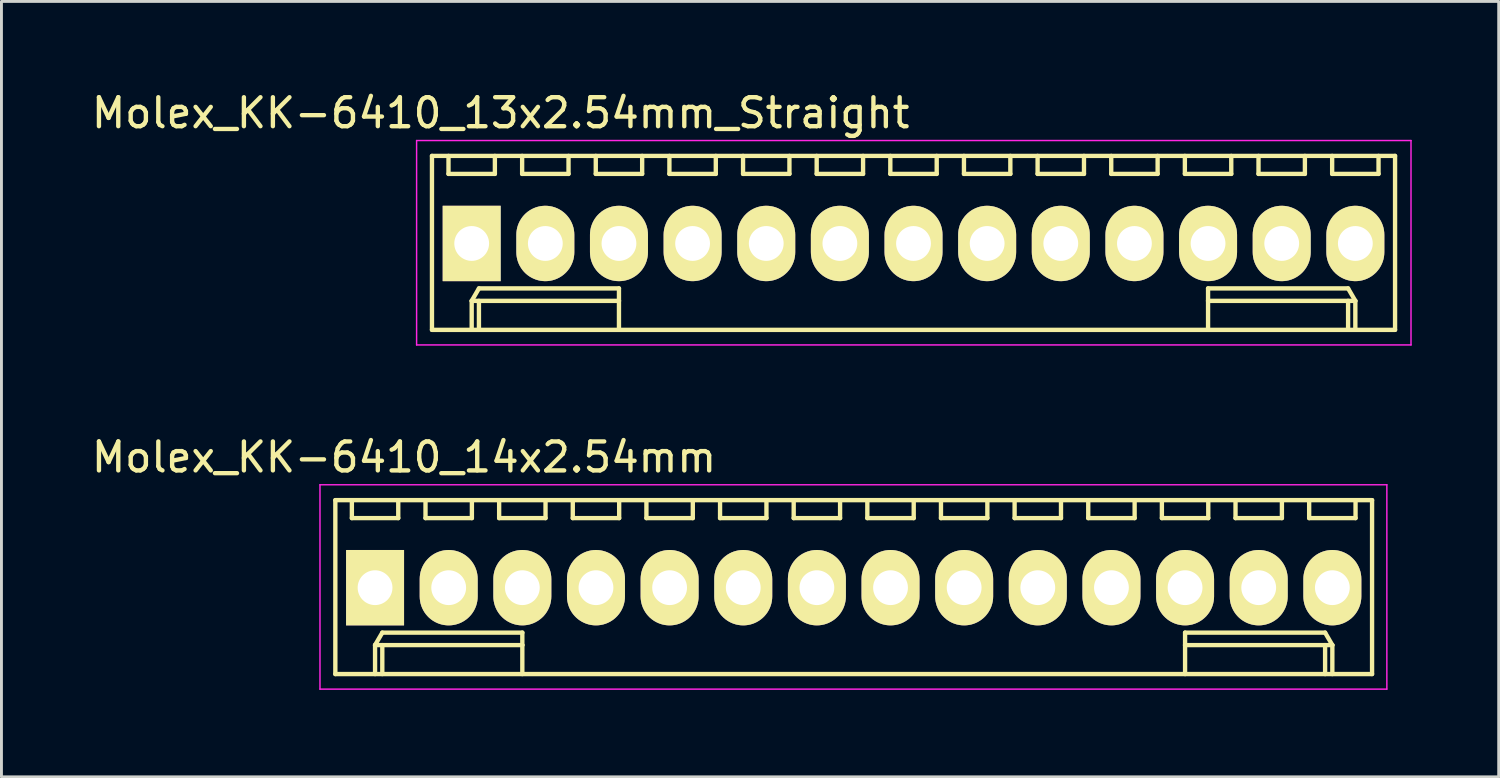
<source format=kicad_pcb>
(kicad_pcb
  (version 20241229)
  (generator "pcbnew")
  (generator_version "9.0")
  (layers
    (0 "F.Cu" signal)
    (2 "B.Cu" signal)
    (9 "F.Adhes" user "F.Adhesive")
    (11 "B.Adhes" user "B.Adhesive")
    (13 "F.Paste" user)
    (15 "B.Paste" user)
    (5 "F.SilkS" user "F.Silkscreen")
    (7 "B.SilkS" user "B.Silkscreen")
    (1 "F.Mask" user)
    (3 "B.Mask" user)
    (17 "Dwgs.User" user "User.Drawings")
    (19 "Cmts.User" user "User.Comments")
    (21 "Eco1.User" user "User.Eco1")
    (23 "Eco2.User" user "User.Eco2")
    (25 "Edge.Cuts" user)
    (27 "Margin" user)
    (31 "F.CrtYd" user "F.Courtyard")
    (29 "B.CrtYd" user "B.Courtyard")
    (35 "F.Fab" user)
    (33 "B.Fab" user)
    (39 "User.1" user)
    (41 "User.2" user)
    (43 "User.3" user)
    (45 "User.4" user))
  (footprint "Molex_KK-6410_14x2.54mm"
    (layer "F.Cu")
    (at 9.887 17.221)
    (property "Reference" "Molex_KK-6410_14x2.54mm" (at 1 -4.5 0) (layer "F.SilkS") (effects (font (size 1 1) (thickness 0.15))))
    (attr through_hole)
    (fp_line (start -1.37 -3.02) (end -1.37 2.98) (stroke (width 0.15) (type solid)) (layer "F.SilkS"))
    (fp_line (start -1.37 2.98) (end 34.39 2.98) (stroke (width 0.15) (type solid)) (layer "F.SilkS"))
    (fp_line (start -0.8 -3.02) (end -0.8 -2.4) (stroke (width 0.15) (type solid)) (layer "F.SilkS"))
    (fp_line (start -0.8 -2.4) (end 0.8 -2.4) (stroke (width 0.15) (type solid)) (layer "F.SilkS"))
    (fp_line (start 0 1.98) (end 0.25 1.55) (stroke (width 0.15) (type solid)) (layer "F.SilkS"))
    (fp_line (start 0 1.98) (end 5.08 1.98) (stroke (width 0.15) (type solid)) (layer "F.SilkS"))
    (fp_line (start 0 2.98) (end 0 1.98) (stroke (width 0.15) (type solid)) (layer "F.SilkS"))
    (fp_line (start 0.25 1.55) (end 5.08 1.55) (stroke (width 0.15) (type solid)) (layer "F.SilkS"))
    (fp_line (start 0.25 2.98) (end 0.25 1.98) (stroke (width 0.15) (type solid)) (layer "F.SilkS"))
    (fp_line (start 0.8 -2.4) (end 0.8 -3.02) (stroke (width 0.15) (type solid)) (layer "F.SilkS"))
    (fp_line (start 1.74 -3.02) (end 1.74 -2.4) (stroke (width 0.15) (type solid)) (layer "F.SilkS"))
    (fp_line (start 1.74 -2.4) (end 3.34 -2.4) (stroke (width 0.15) (type solid)) (layer "F.SilkS"))
    (fp_line (start 3.34 -2.4) (end 3.34 -3.02) (stroke (width 0.15) (type solid)) (layer "F.SilkS"))
    (fp_line (start 4.28 -3.02) (end 4.28 -2.4) (stroke (width 0.15) (type solid)) (layer "F.SilkS"))
    (fp_line (start 4.28 -2.4) (end 5.88 -2.4) (stroke (width 0.15) (type solid)) (layer "F.SilkS"))
    (fp_line (start 5.08 1.55) (end 5.08 1.98) (stroke (width 0.15) (type solid)) (layer "F.SilkS"))
    (fp_line (start 5.08 1.98) (end 5.08 2.98) (stroke (width 0.15) (type solid)) (layer "F.SilkS"))
    (fp_line (start 5.88 -2.4) (end 5.88 -3.02) (stroke (width 0.15) (type solid)) (layer "F.SilkS"))
    (fp_line (start 6.82 -3.02) (end 6.82 -2.4) (stroke (width 0.15) (type solid)) (layer "F.SilkS"))
    (fp_line (start 6.82 -2.4) (end 8.42 -2.4) (stroke (width 0.15) (type solid)) (layer "F.SilkS"))
    (fp_line (start 8.42 -2.4) (end 8.42 -3.02) (stroke (width 0.15) (type solid)) (layer "F.SilkS"))
    (fp_line (start 9.36 -3.02) (end 9.36 -2.4) (stroke (width 0.15) (type solid)) (layer "F.SilkS"))
    (fp_line (start 9.36 -2.4) (end 10.96 -2.4) (stroke (width 0.15) (type solid)) (layer "F.SilkS"))
    (fp_line (start 10.96 -2.4) (end 10.96 -3.02) (stroke (width 0.15) (type solid)) (layer "F.SilkS"))
    (fp_line (start 11.9 -3.02) (end 11.9 -2.4) (stroke (width 0.15) (type solid)) (layer "F.SilkS"))
    (fp_line (start 11.9 -2.4) (end 13.5 -2.4) (stroke (width 0.15) (type solid)) (layer "F.SilkS"))
    (fp_line (start 13.5 -2.4) (end 13.5 -3.02) (stroke (width 0.15) (type solid)) (layer "F.SilkS"))
    (fp_line (start 14.44 -3.02) (end 14.44 -2.4) (stroke (width 0.15) (type solid)) (layer "F.SilkS"))
    (fp_line (start 14.44 -2.4) (end 16.04 -2.4) (stroke (width 0.15) (type solid)) (layer "F.SilkS"))
    (fp_line (start 16.04 -2.4) (end 16.04 -3.02) (stroke (width 0.15) (type solid)) (layer "F.SilkS"))
    (fp_line (start 16.98 -3.02) (end 16.98 -2.4) (stroke (width 0.15) (type solid)) (layer "F.SilkS"))
    (fp_line (start 16.98 -2.4) (end 18.58 -2.4) (stroke (width 0.15) (type solid)) (layer "F.SilkS"))
    (fp_line (start 18.58 -2.4) (end 18.58 -3.02) (stroke (width 0.15) (type solid)) (layer "F.SilkS"))
    (fp_line (start 19.52 -3.02) (end 19.52 -2.4) (stroke (width 0.15) (type solid)) (layer "F.SilkS"))
    (fp_line (start 19.52 -2.4) (end 21.12 -2.4) (stroke (width 0.15) (type solid)) (layer "F.SilkS"))
    (fp_line (start 21.12 -2.4) (end 21.12 -3.02) (stroke (width 0.15) (type solid)) (layer "F.SilkS"))
    (fp_line (start 22.06 -3.02) (end 22.06 -2.4) (stroke (width 0.15) (type solid)) (layer "F.SilkS"))
    (fp_line (start 22.06 -2.4) (end 23.66 -2.4) (stroke (width 0.15) (type solid)) (layer "F.SilkS"))
    (fp_line (start 23.66 -2.4) (end 23.66 -3.02) (stroke (width 0.15) (type solid)) (layer "F.SilkS"))
    (fp_line (start 24.6 -3.02) (end 24.6 -2.4) (stroke (width 0.15) (type solid)) (layer "F.SilkS"))
    (fp_line (start 24.6 -2.4) (end 26.2 -2.4) (stroke (width 0.15) (type solid)) (layer "F.SilkS"))
    (fp_line (start 26.2 -2.4) (end 26.2 -3.02) (stroke (width 0.15) (type solid)) (layer "F.SilkS"))
    (fp_line (start 27.14 -3.02) (end 27.14 -2.4) (stroke (width 0.15) (type solid)) (layer "F.SilkS"))
    (fp_line (start 27.14 -2.4) (end 28.74 -2.4) (stroke (width 0.15) (type solid)) (layer "F.SilkS"))
    (fp_line (start 27.94 1.55) (end 27.94 1.98) (stroke (width 0.15) (type solid)) (layer "F.SilkS"))
    (fp_line (start 27.94 1.98) (end 27.94 2.98) (stroke (width 0.15) (type solid)) (layer "F.SilkS"))
    (fp_line (start 28.74 -2.4) (end 28.74 -3.02) (stroke (width 0.15) (type solid)) (layer "F.SilkS"))
    (fp_line (start 29.68 -3.02) (end 29.68 -2.4) (stroke (width 0.15) (type solid)) (layer "F.SilkS"))
    (fp_line (start 29.68 -2.4) (end 31.28 -2.4) (stroke (width 0.15) (type solid)) (layer "F.SilkS"))
    (fp_line (start 31.28 -2.4) (end 31.28 -3.02) (stroke (width 0.15) (type solid)) (layer "F.SilkS"))
    (fp_line (start 32.22 -3.02) (end 32.22 -2.4) (stroke (width 0.15) (type solid)) (layer "F.SilkS"))
    (fp_line (start 32.22 -2.4) (end 33.82 -2.4) (stroke (width 0.15) (type solid)) (layer "F.SilkS"))
    (fp_line (start 32.77 1.55) (end 27.94 1.55) (stroke (width 0.15) (type solid)) (layer "F.SilkS"))
    (fp_line (start 32.77 2.98) (end 32.77 1.98) (stroke (width 0.15) (type solid)) (layer "F.SilkS"))
    (fp_line (start 33.02 1.98) (end 27.94 1.98) (stroke (width 0.15) (type solid)) (layer "F.SilkS"))
    (fp_line (start 33.02 1.98) (end 32.77 1.55) (stroke (width 0.15) (type solid)) (layer "F.SilkS"))
    (fp_line (start 33.02 2.98) (end 33.02 1.98) (stroke (width 0.15) (type solid)) (layer "F.SilkS"))
    (fp_line (start 33.82 -2.4) (end 33.82 -3.02) (stroke (width 0.15) (type solid)) (layer "F.SilkS"))
    (fp_line (start 34.39 -3.02) (end -1.37 -3.02) (stroke (width 0.15) (type solid)) (layer "F.SilkS"))
    (fp_line (start 34.39 2.98) (end 34.39 -3.02) (stroke (width 0.15) (type solid)) (layer "F.SilkS"))
    (fp_line (start -1.9 -3.55) (end 34.9 -3.55) (stroke (width 0.05) (type solid)) (layer "F.CrtYd"))
    (fp_line (start -1.9 3.5) (end -1.9 -3.55) (stroke (width 0.05) (type solid)) (layer "F.CrtYd"))
    (fp_line (start 34.9 -3.55) (end 34.9 3.5) (stroke (width 0.05) (type solid)) (layer "F.CrtYd"))
    (fp_line (start 34.9 3.5) (end -1.9 3.5) (stroke (width 0.05) (type solid)) (layer "F.CrtYd"))
    (pad "1" thru_hole rect (at 0 0) (size 2 2.6) (drill 1.2) (layers "*.Cu" "*.Mask" "F.SilkS"))
    (pad "2" thru_hole oval (at 2.54 0) (size 2 2.6) (drill 1.2) (layers "*.Cu" "*.Mask" "F.SilkS"))
    (pad "3" thru_hole oval (at 5.08 0) (size 2 2.6) (drill 1.2) (layers "*.Cu" "*.Mask" "F.SilkS"))
    (pad "4" thru_hole oval (at 7.62 0) (size 2 2.6) (drill 1.2) (layers "*.Cu" "*.Mask" "F.SilkS"))
    (pad "5" thru_hole oval (at 10.16 0) (size 2 2.6) (drill 1.2) (layers "*.Cu" "*.Mask" "F.SilkS"))
    (pad "6" thru_hole oval (at 12.7 0) (size 2 2.6) (drill 1.2) (layers "*.Cu" "*.Mask" "F.SilkS"))
    (pad "7" thru_hole oval (at 15.24 0) (size 2 2.6) (drill 1.2) (layers "*.Cu" "*.Mask" "F.SilkS"))
    (pad "8" thru_hole oval (at 17.78 0) (size 2 2.6) (drill 1.2) (layers "*.Cu" "*.Mask" "F.SilkS"))
    (pad "9" thru_hole oval (at 20.32 0) (size 2 2.6) (drill 1.2) (layers "*.Cu" "*.Mask" "F.SilkS"))
    (pad "10" thru_hole oval (at 22.86 0) (size 2 2.6) (drill 1.2) (layers "*.Cu" "*.Mask" "F.SilkS"))
    (pad "11" thru_hole oval (at 25.4 0) (size 2 2.6) (drill 1.2) (layers "*.Cu" "*.Mask" "F.SilkS"))
    (pad "12" thru_hole oval (at 27.94 0) (size 2 2.6) (drill 1.2) (layers "*.Cu" "*.Mask" "F.SilkS"))
    (pad "13" thru_hole oval (at 30.48 0) (size 2 2.6) (drill 1.2) (layers "*.Cu" "*.Mask" "F.SilkS"))
    (pad "14" thru_hole oval (at 33.02 0) (size 2 2.6) (drill 1.2) (layers "*.Cu" "*.Mask" "F.SilkS")))
  (footprint "Molex_KK-6410_13x2.54mm_Straight"
    (layer "F.Cu")
    (at 13.22 5.348)
    (property "Reference" "Molex_KK-6410_13x2.54mm_Straight" (at 1 -4.5 0) (layer "F.SilkS") (effects (font (size 1 1) (thickness 0.15))))
    (attr through_hole)
    (fp_line (start -1.37 -3.02) (end -1.37 2.98) (stroke (width 0.15) (type solid)) (layer "F.SilkS"))
    (fp_line (start -1.37 2.98) (end 31.85 2.98) (stroke (width 0.15) (type solid)) (layer "F.SilkS"))
    (fp_line (start -0.8 -3.02) (end -0.8 -2.4) (stroke (width 0.15) (type solid)) (layer "F.SilkS"))
    (fp_line (start -0.8 -2.4) (end 0.8 -2.4) (stroke (width 0.15) (type solid)) (layer "F.SilkS"))
    (fp_line (start 0 1.98) (end 0.25 1.55) (stroke (width 0.15) (type solid)) (layer "F.SilkS"))
    (fp_line (start 0 1.98) (end 5.08 1.98) (stroke (width 0.15) (type solid)) (layer "F.SilkS"))
    (fp_line (start 0 2.98) (end 0 1.98) (stroke (width 0.15) (type solid)) (layer "F.SilkS"))
    (fp_line (start 0.25 1.55) (end 5.08 1.55) (stroke (width 0.15) (type solid)) (layer "F.SilkS"))
    (fp_line (start 0.25 2.98) (end 0.25 1.98) (stroke (width 0.15) (type solid)) (layer "F.SilkS"))
    (fp_line (start 0.8 -2.4) (end 0.8 -3.02) (stroke (width 0.15) (type solid)) (layer "F.SilkS"))
    (fp_line (start 1.74 -3.02) (end 1.74 -2.4) (stroke (width 0.15) (type solid)) (layer "F.SilkS"))
    (fp_line (start 1.74 -2.4) (end 3.34 -2.4) (stroke (width 0.15) (type solid)) (layer "F.SilkS"))
    (fp_line (start 3.34 -2.4) (end 3.34 -3.02) (stroke (width 0.15) (type solid)) (layer "F.SilkS"))
    (fp_line (start 4.28 -3.02) (end 4.28 -2.4) (stroke (width 0.15) (type solid)) (layer "F.SilkS"))
    (fp_line (start 4.28 -2.4) (end 5.88 -2.4) (stroke (width 0.15) (type solid)) (layer "F.SilkS"))
    (fp_line (start 5.08 1.55) (end 5.08 1.98) (stroke (width 0.15) (type solid)) (layer "F.SilkS"))
    (fp_line (start 5.08 1.98) (end 5.08 2.98) (stroke (width 0.15) (type solid)) (layer "F.SilkS"))
    (fp_line (start 5.88 -2.4) (end 5.88 -3.02) (stroke (width 0.15) (type solid)) (layer "F.SilkS"))
    (fp_line (start 6.82 -3.02) (end 6.82 -2.4) (stroke (width 0.15) (type solid)) (layer "F.SilkS"))
    (fp_line (start 6.82 -2.4) (end 8.42 -2.4) (stroke (width 0.15) (type solid)) (layer "F.SilkS"))
    (fp_line (start 8.42 -2.4) (end 8.42 -3.02) (stroke (width 0.15) (type solid)) (layer "F.SilkS"))
    (fp_line (start 9.36 -3.02) (end 9.36 -2.4) (stroke (width 0.15) (type solid)) (layer "F.SilkS"))
    (fp_line (start 9.36 -2.4) (end 10.96 -2.4) (stroke (width 0.15) (type solid)) (layer "F.SilkS"))
    (fp_line (start 10.96 -2.4) (end 10.96 -3.02) (stroke (width 0.15) (type solid)) (layer "F.SilkS"))
    (fp_line (start 11.9 -3.02) (end 11.9 -2.4) (stroke (width 0.15) (type solid)) (layer "F.SilkS"))
    (fp_line (start 11.9 -2.4) (end 13.5 -2.4) (stroke (width 0.15) (type solid)) (layer "F.SilkS"))
    (fp_line (start 13.5 -2.4) (end 13.5 -3.02) (stroke (width 0.15) (type solid)) (layer "F.SilkS"))
    (fp_line (start 14.44 -3.02) (end 14.44 -2.4) (stroke (width 0.15) (type solid)) (layer "F.SilkS"))
    (fp_line (start 14.44 -2.4) (end 16.04 -2.4) (stroke (width 0.15) (type solid)) (layer "F.SilkS"))
    (fp_line (start 16.04 -2.4) (end 16.04 -3.02) (stroke (width 0.15) (type solid)) (layer "F.SilkS"))
    (fp_line (start 16.98 -3.02) (end 16.98 -2.4) (stroke (width 0.15) (type solid)) (layer "F.SilkS"))
    (fp_line (start 16.98 -2.4) (end 18.58 -2.4) (stroke (width 0.15) (type solid)) (layer "F.SilkS"))
    (fp_line (start 18.58 -2.4) (end 18.58 -3.02) (stroke (width 0.15) (type solid)) (layer "F.SilkS"))
    (fp_line (start 19.52 -3.02) (end 19.52 -2.4) (stroke (width 0.15) (type solid)) (layer "F.SilkS"))
    (fp_line (start 19.52 -2.4) (end 21.12 -2.4) (stroke (width 0.15) (type solid)) (layer "F.SilkS"))
    (fp_line (start 21.12 -2.4) (end 21.12 -3.02) (stroke (width 0.15) (type solid)) (layer "F.SilkS"))
    (fp_line (start 22.06 -3.02) (end 22.06 -2.4) (stroke (width 0.15) (type solid)) (layer "F.SilkS"))
    (fp_line (start 22.06 -2.4) (end 23.66 -2.4) (stroke (width 0.15) (type solid)) (layer "F.SilkS"))
    (fp_line (start 23.66 -2.4) (end 23.66 -3.02) (stroke (width 0.15) (type solid)) (layer "F.SilkS"))
    (fp_line (start 24.6 -3.02) (end 24.6 -2.4) (stroke (width 0.15) (type solid)) (layer "F.SilkS"))
    (fp_line (start 24.6 -2.4) (end 26.2 -2.4) (stroke (width 0.15) (type solid)) (layer "F.SilkS"))
    (fp_line (start 25.4 1.55) (end 25.4 1.98) (stroke (width 0.15) (type solid)) (layer "F.SilkS"))
    (fp_line (start 25.4 1.98) (end 25.4 2.98) (stroke (width 0.15) (type solid)) (layer "F.SilkS"))
    (fp_line (start 26.2 -2.4) (end 26.2 -3.02) (stroke (width 0.15) (type solid)) (layer "F.SilkS"))
    (fp_line (start 27.14 -3.02) (end 27.14 -2.4) (stroke (width 0.15) (type solid)) (layer "F.SilkS"))
    (fp_line (start 27.14 -2.4) (end 28.74 -2.4) (stroke (width 0.15) (type solid)) (layer "F.SilkS"))
    (fp_line (start 28.74 -2.4) (end 28.74 -3.02) (stroke (width 0.15) (type solid)) (layer "F.SilkS"))
    (fp_line (start 29.68 -3.02) (end 29.68 -2.4) (stroke (width 0.15) (type solid)) (layer "F.SilkS"))
    (fp_line (start 29.68 -2.4) (end 31.28 -2.4) (stroke (width 0.15) (type solid)) (layer "F.SilkS"))
    (fp_line (start 30.23 1.55) (end 25.4 1.55) (stroke (width 0.15) (type solid)) (layer "F.SilkS"))
    (fp_line (start 30.23 2.98) (end 30.23 1.98) (stroke (width 0.15) (type solid)) (layer "F.SilkS"))
    (fp_line (start 30.48 1.98) (end 25.4 1.98) (stroke (width 0.15) (type solid)) (layer "F.SilkS"))
    (fp_line (start 30.48 1.98) (end 30.23 1.55) (stroke (width 0.15) (type solid)) (layer "F.SilkS"))
    (fp_line (start 30.48 2.98) (end 30.48 1.98) (stroke (width 0.15) (type solid)) (layer "F.SilkS"))
    (fp_line (start 31.28 -2.4) (end 31.28 -3.02) (stroke (width 0.15) (type solid)) (layer "F.SilkS"))
    (fp_line (start 31.85 -3.02) (end -1.37 -3.02) (stroke (width 0.15) (type solid)) (layer "F.SilkS"))
    (fp_line (start 31.85 2.98) (end 31.85 -3.02) (stroke (width 0.15) (type solid)) (layer "F.SilkS"))
    (fp_line (start -1.9 -3.55) (end 32.4 -3.55) (stroke (width 0.05) (type solid)) (layer "F.CrtYd"))
    (fp_line (start -1.9 3.5) (end -1.9 -3.55) (stroke (width 0.05) (type solid)) (layer "F.CrtYd"))
    (fp_line (start 32.4 -3.55) (end 32.4 3.5) (stroke (width 0.05) (type solid)) (layer "F.CrtYd"))
    (fp_line (start 32.4 3.5) (end -1.9 3.5) (stroke (width 0.05) (type solid)) (layer "F.CrtYd"))
    (pad "1" thru_hole rect (at 0 0) (size 2 2.6) (drill 1.2) (layers "*.Cu" "*.Mask" "F.SilkS"))
    (pad "2" thru_hole oval (at 2.54 0) (size 2 2.6) (drill 1.2) (layers "*.Cu" "*.Mask" "F.SilkS"))
    (pad "3" thru_hole oval (at 5.08 0) (size 2 2.6) (drill 1.2) (layers "*.Cu" "*.Mask" "F.SilkS"))
    (pad "4" thru_hole oval (at 7.62 0) (size 2 2.6) (drill 1.2) (layers "*.Cu" "*.Mask" "F.SilkS"))
    (pad "5" thru_hole oval (at 10.16 0) (size 2 2.6) (drill 1.2) (layers "*.Cu" "*.Mask" "F.SilkS"))
    (pad "6" thru_hole oval (at 12.7 0) (size 2 2.6) (drill 1.2) (layers "*.Cu" "*.Mask" "F.SilkS"))
    (pad "7" thru_hole oval (at 15.24 0) (size 2 2.6) (drill 1.2) (layers "*.Cu" "*.Mask" "F.SilkS"))
    (pad "8" thru_hole oval (at 17.78 0) (size 2 2.6) (drill 1.2) (layers "*.Cu" "*.Mask" "F.SilkS"))
    (pad "9" thru_hole oval (at 20.32 0) (size 2 2.6) (drill 1.2) (layers "*.Cu" "*.Mask" "F.SilkS"))
    (pad "10" thru_hole oval (at 22.86 0) (size 2 2.6) (drill 1.2) (layers "*.Cu" "*.Mask" "F.SilkS"))
    (pad "11" thru_hole oval (at 25.4 0) (size 2 2.6) (drill 1.2) (layers "*.Cu" "*.Mask" "F.SilkS"))
    (pad "12" thru_hole oval (at 27.94 0) (size 2 2.6) (drill 1.2) (layers "*.Cu" "*.Mask" "F.SilkS"))
    (pad "13" thru_hole oval (at 30.48 0) (size 2 2.6) (drill 1.2) (layers "*.Cu" "*.Mask" "F.SilkS")))
  (gr_rect
    (start -3 -3)
    (end 48.645 23.747)
    (stroke (width 0.1) (type default))
    (fill no)
    (layer "Edge.Cuts")))
</source>
